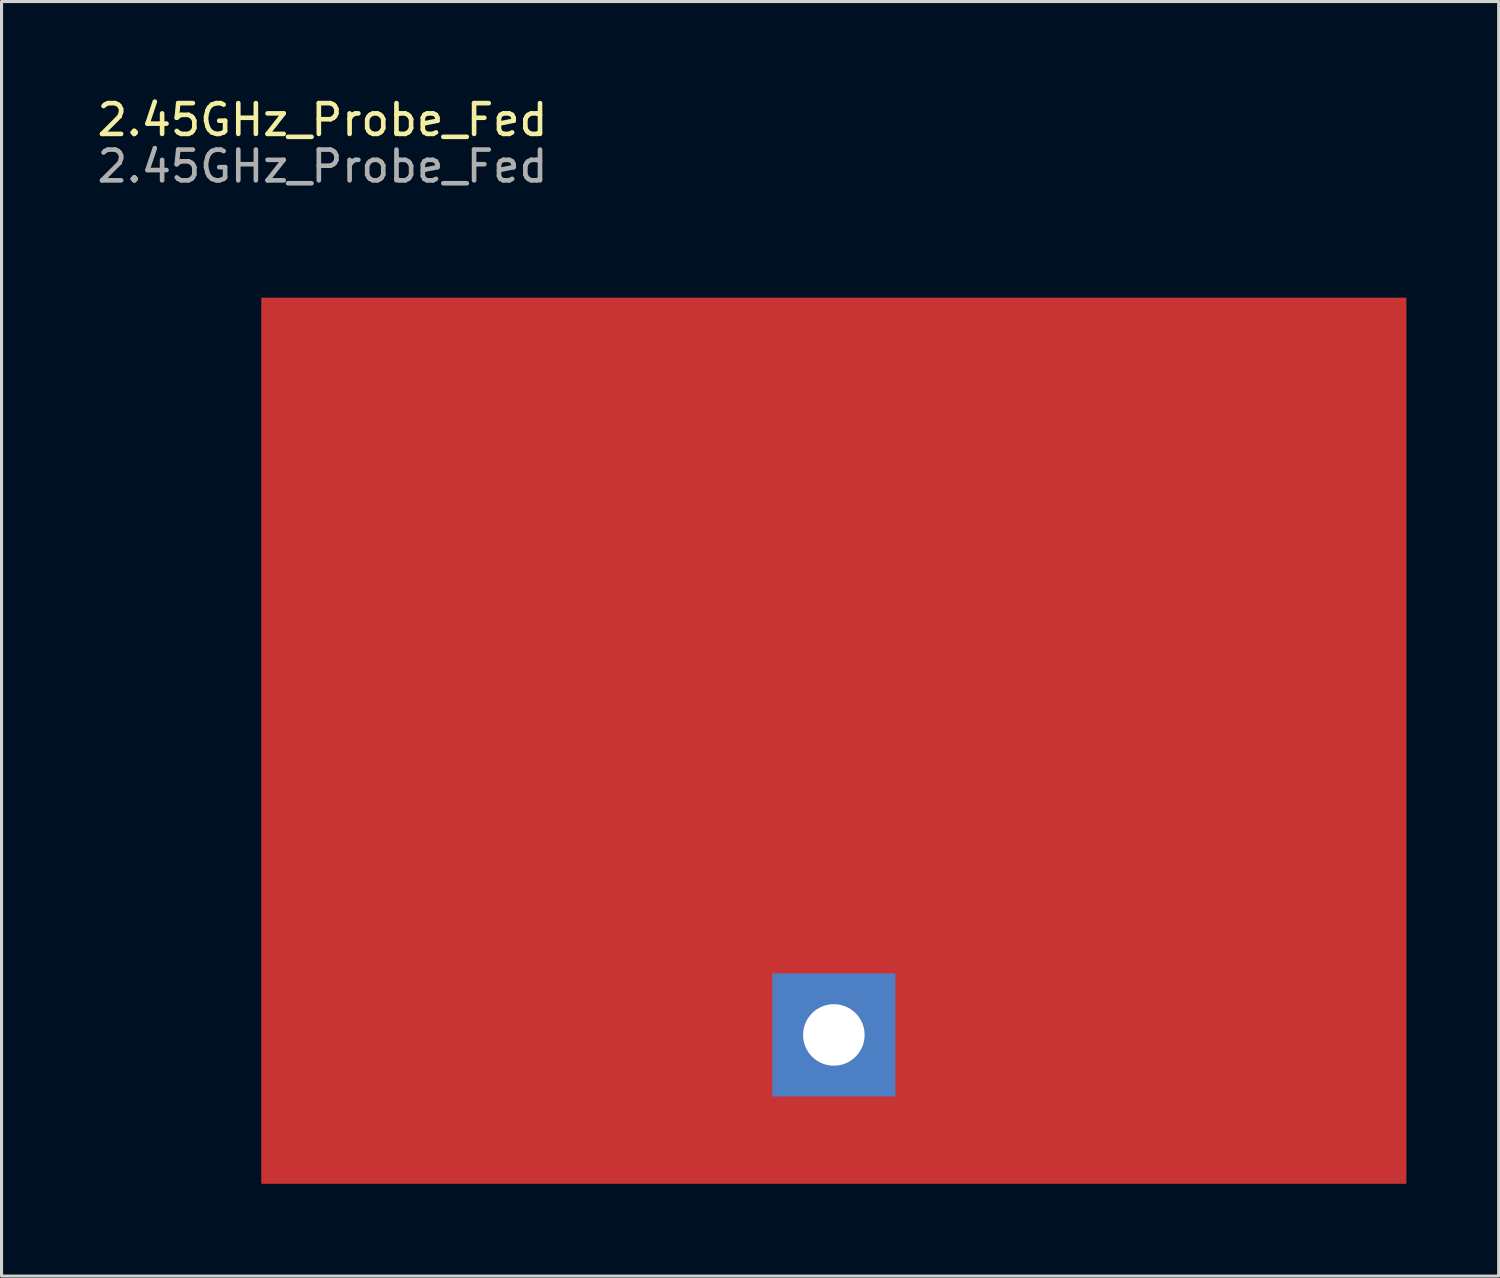
<source format=kicad_pcb>
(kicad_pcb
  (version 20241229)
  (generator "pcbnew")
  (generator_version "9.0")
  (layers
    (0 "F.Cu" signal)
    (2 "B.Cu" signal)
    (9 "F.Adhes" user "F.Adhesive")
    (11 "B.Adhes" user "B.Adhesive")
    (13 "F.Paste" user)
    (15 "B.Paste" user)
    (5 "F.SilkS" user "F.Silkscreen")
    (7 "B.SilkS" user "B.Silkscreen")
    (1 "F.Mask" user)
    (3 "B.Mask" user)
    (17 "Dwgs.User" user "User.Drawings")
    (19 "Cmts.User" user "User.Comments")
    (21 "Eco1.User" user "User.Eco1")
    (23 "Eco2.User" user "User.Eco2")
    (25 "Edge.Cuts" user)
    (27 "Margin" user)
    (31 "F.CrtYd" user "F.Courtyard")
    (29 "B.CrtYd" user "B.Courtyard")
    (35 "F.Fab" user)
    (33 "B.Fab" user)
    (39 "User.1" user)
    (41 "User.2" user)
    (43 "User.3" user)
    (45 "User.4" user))
  (footprint "2.45GHz_Probe_Fed"
    (layer "F.Cu")
    (at 5.445 6.628)
    (property "Reference" "2.45GHz_Probe_Fed" (at 1.99 -5.78 0) (unlocked yes) (layer "F.SilkS") (effects (font (size 1 1) (thickness 0.15))))
    (attr through_hole)
    (fp_rect (start 37.23 28.81) (end 0 0) (stroke (width 0) (type solid)) (fill yes) (layer "F.Cu"))
    (fp_text user "${REFERENCE}" (at 1.99 -4.27 0) (unlocked yes) (layer "F.Fab") (effects (font (size 1 1) (thickness 0.15))))
    (pad "1" thru_hole rect (at 18.615 23.97 180) (size 4 4) (drill 2) (layers "*.Cu" "*.Mask")))
  (gr_rect
    (start -3 -3)
    (end 45.675 38.438)
    (stroke (width 0.1) (type default))
    (fill no)
    (layer "Edge.Cuts")))
</source>
